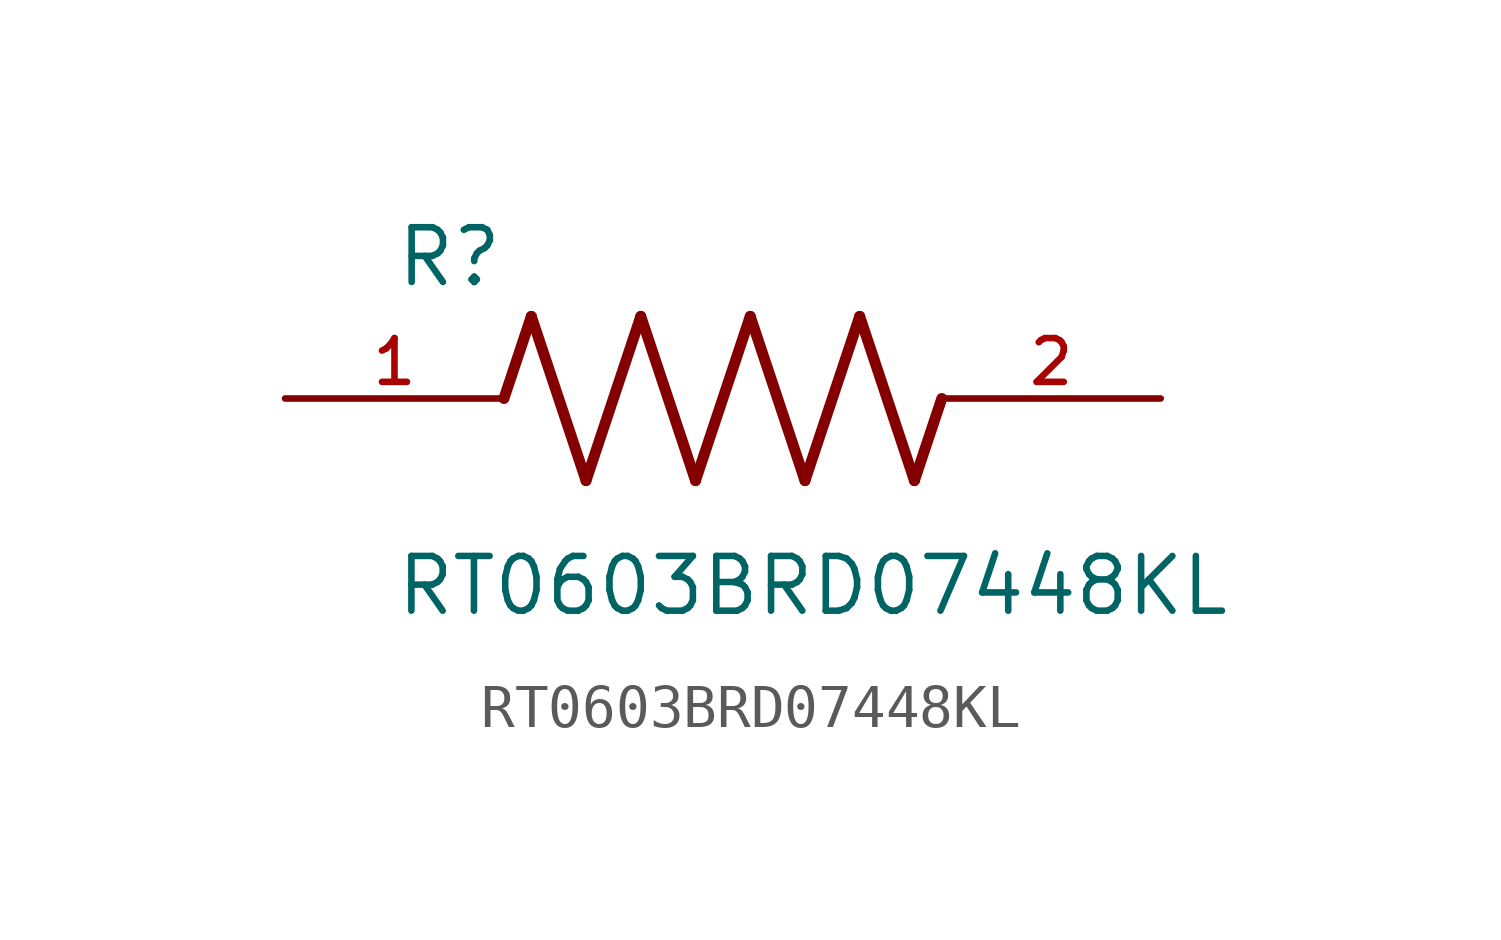
<source format=kicad_sym>
(kicad_symbol_lib
  (version 20211014)
  (generator kicad_symbol_editor)
  (symbol "RT0603BRD07448KL"
    (pin_names
      (offset 1.016))
    (property "Reference" "R"
      (at -7.624 2.541 0)
      (effects (font (size 1.27 1.27)) (justify bottom left)))
    (property "Value" "RT0603BRD07448KL"
      (at -7.63 -5.087 0)
      (effects (font (size 1.27 1.27)) (justify bottom left)))
    (symbol "RT0603BRD07448KL_0_0"
      (polyline (pts (xy -5.08 0.0) (xy -4.445 1.905)) (stroke (width 0.254)))
      (polyline (pts (xy -4.445 1.905) (xy -3.175 -1.905)) (stroke (width 0.254)))
      (polyline (pts (xy -3.175 -1.905) (xy -1.905 1.905)) (stroke (width 0.254)))
      (polyline (pts (xy -1.905 1.905) (xy -0.635 -1.905)) (stroke (width 0.254)))
      (polyline (pts (xy -0.635 -1.905) (xy 0.635 1.905)) (stroke (width 0.254)))
      (polyline (pts (xy 0.635 1.905) (xy 1.905 -1.905)) (stroke (width 0.254)))
      (polyline (pts (xy 1.905 -1.905) (xy 3.175 1.905)) (stroke (width 0.254)))
      (polyline (pts (xy 3.175 1.905) (xy 4.445 -1.905)) (stroke (width 0.254)))
      (polyline (pts (xy 4.445 -1.905) (xy 5.08 0.0)) (stroke (width 0.254)))
      (pin passive line (at -10.16 0.0 0) (length 5.08) (name "~" (effects (font (size 1.016 1.016)))) (number "1" (effects (font (size 1.016 1.016)))))
      (pin passive line (at 10.16 0.0 180.0) (length 5.08) (name "~" (effects (font (size 1.016 1.016)))) (number "2" (effects (font (size 1.016 1.016))))))))
</source>
